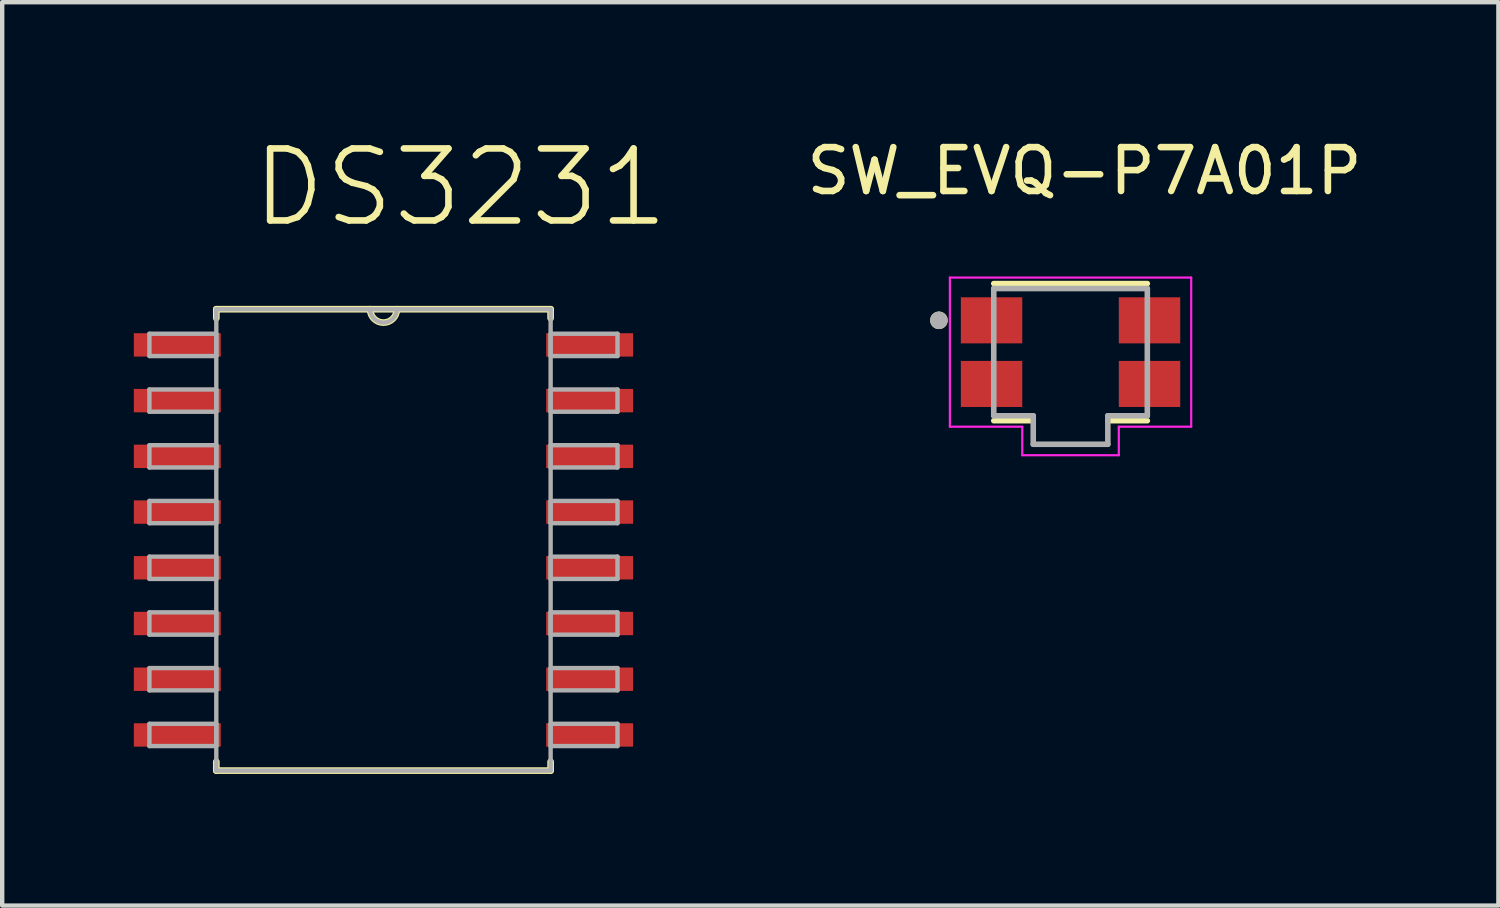
<source format=kicad_pcb>
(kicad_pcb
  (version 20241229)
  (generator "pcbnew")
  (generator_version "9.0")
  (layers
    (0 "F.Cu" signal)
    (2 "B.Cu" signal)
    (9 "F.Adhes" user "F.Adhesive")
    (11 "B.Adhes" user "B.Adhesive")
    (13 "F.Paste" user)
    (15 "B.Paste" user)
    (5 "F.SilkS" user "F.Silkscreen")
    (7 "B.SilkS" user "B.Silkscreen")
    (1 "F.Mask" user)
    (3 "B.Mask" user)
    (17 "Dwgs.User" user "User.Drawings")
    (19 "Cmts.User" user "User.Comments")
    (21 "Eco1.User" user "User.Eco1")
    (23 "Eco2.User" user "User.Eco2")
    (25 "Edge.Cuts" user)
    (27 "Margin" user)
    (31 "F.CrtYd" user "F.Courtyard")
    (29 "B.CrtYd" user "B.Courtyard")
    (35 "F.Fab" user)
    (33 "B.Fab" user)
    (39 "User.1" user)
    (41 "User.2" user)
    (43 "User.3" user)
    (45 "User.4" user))
  (footprint "SW_EVQ-P7A01P"
    (layer "F.Cu")
    (at 21.35 4.976)
    (property "Reference" "SW_EVQ-P7A01P" (at 0.318 -4.128 0) (layer "F.SilkS") (effects (font (size 1 1) (thickness 0.15))))
    (attr smd)
    (fp_line (start -1.75 -1.563) (end 1.75 -1.563) (stroke (width 0.127) (type solid)) (layer "F.SilkS"))
    (fp_line (start -0.85 1.563) (end -1.75 1.563) (stroke (width 0.127) (type solid)) (layer "F.SilkS"))
    (fp_line (start 1.75 1.563) (end 0.85 1.563) (stroke (width 0.127) (type solid)) (layer "F.SilkS"))
    (fp_circle (center -3 -0.725) (end -2.9 -0.725) (stroke (width 0.2) (type solid)) (fill no) (layer "F.SilkS"))
    (fp_line (start -2.75 -1.7) (end 2.75 -1.7) (stroke (width 0.05) (type solid)) (layer "F.CrtYd"))
    (fp_line (start -2.75 1.7) (end -2.75 -1.7) (stroke (width 0.05) (type solid)) (layer "F.CrtYd"))
    (fp_line (start -1.1 1.7) (end -2.75 1.7) (stroke (width 0.05) (type solid)) (layer "F.CrtYd"))
    (fp_line (start -1.1 2.35) (end -1.1 1.7) (stroke (width 0.05) (type solid)) (layer "F.CrtYd"))
    (fp_line (start 1.1 1.7) (end 1.1 2.35) (stroke (width 0.05) (type solid)) (layer "F.CrtYd"))
    (fp_line (start 1.1 2.35) (end -1.1 2.35) (stroke (width 0.05) (type solid)) (layer "F.CrtYd"))
    (fp_line (start 2.75 -1.7) (end 2.75 1.7) (stroke (width 0.05) (type solid)) (layer "F.CrtYd"))
    (fp_line (start 2.75 1.7) (end 1.1 1.7) (stroke (width 0.05) (type solid)) (layer "F.CrtYd"))
    (fp_line (start -1.75 -1.45) (end 1.75 -1.45) (stroke (width 0.127) (type solid)) (layer "F.Fab"))
    (fp_line (start -1.75 1.45) (end -1.75 -1.45) (stroke (width 0.127) (type solid)) (layer "F.Fab"))
    (fp_line (start -0.85 1.45) (end -1.75 1.45) (stroke (width 0.127) (type solid)) (layer "F.Fab"))
    (fp_line (start -0.85 2.1) (end -0.85 1.45) (stroke (width 0.127) (type solid)) (layer "F.Fab"))
    (fp_line (start 0.85 1.45) (end 0.85 2.1) (stroke (width 0.127) (type solid)) (layer "F.Fab"))
    (fp_line (start 0.85 2.1) (end -0.85 2.1) (stroke (width 0.127) (type solid)) (layer "F.Fab"))
    (fp_line (start 1.75 -1.45) (end 1.75 1.45) (stroke (width 0.127) (type solid)) (layer "F.Fab"))
    (fp_line (start 1.75 1.45) (end 0.85 1.45) (stroke (width 0.127) (type solid)) (layer "F.Fab"))
    (fp_circle (center -3 -0.725) (end -2.9 -0.725) (stroke (width 0.2) (type solid)) (fill no) (layer "F.Fab"))
    (pad "1_1" smd rect (at -1.8 -0.725) (size 1.4 1.05) (layers "F.Cu" "F.Mask" "F.Paste"))
    (pad "1_2" smd rect (at 1.8 -0.725) (size 1.4 1.05) (layers "F.Cu" "F.Mask" "F.Paste"))
    (pad "2_1" smd rect (at -1.8 0.725) (size 1.4 1.05) (layers "F.Cu" "F.Mask" "F.Paste"))
    (pad "2_2" smd rect (at 1.8 0.725) (size 1.4 1.05) (layers "F.Cu" "F.Mask" "F.Paste")))
  (footprint "DS3231"
    (layer "F.Cu")
    (at 5.69 9.256)
    (property "Reference" "DS3231" (at 1.754 -8.033 0) (layer "F.SilkS") (effects (font (size 1.641 1.641) (thickness 0.15))))
    (attr smd)
    (fp_line (start -3.81 -5.258) (end -3.81 -5.055) (stroke (width 0.152) (type solid)) (layer "F.SilkS"))
    (fp_line (start -3.81 5.055) (end -3.81 5.258) (stroke (width 0.152) (type solid)) (layer "F.SilkS"))
    (fp_line (start -3.81 5.258) (end 3.81 5.258) (stroke (width 0.152) (type solid)) (layer "F.SilkS"))
    (fp_line (start -0.305 -5.258) (end -3.81 -5.258) (stroke (width 0.152) (type solid)) (layer "F.SilkS"))
    (fp_line (start 0.305 -5.258) (end -0.305 -5.258) (stroke (width 0.152) (type solid)) (layer "F.SilkS"))
    (fp_line (start 3.81 -5.258) (end 0.305 -5.258) (stroke (width 0.152) (type solid)) (layer "F.SilkS"))
    (fp_line (start 3.81 -5.055) (end 3.81 -5.258) (stroke (width 0.152) (type solid)) (layer "F.SilkS"))
    (fp_line (start 3.81 5.258) (end 3.81 5.055) (stroke (width 0.152) (type solid)) (layer "F.SilkS"))
    (fp_arc (start 0.3048 -5.2578) (mid 0 -4.953) (end -0.3048 -5.2578) (stroke (width 0.1524) (type solid)) (layer "F.SilkS"))
    (fp_line (start -5.334 -4.699) (end -5.334 -4.191) (stroke (width 0.1) (type solid)) (layer "F.Fab"))
    (fp_line (start -5.334 -4.191) (end -3.81 -4.191) (stroke (width 0.1) (type solid)) (layer "F.Fab"))
    (fp_line (start -5.334 -3.429) (end -5.334 -2.921) (stroke (width 0.1) (type solid)) (layer "F.Fab"))
    (fp_line (start -5.334 -2.921) (end -3.81 -2.921) (stroke (width 0.1) (type solid)) (layer "F.Fab"))
    (fp_line (start -5.334 -2.159) (end -5.334 -1.651) (stroke (width 0.1) (type solid)) (layer "F.Fab"))
    (fp_line (start -5.334 -1.651) (end -3.81 -1.651) (stroke (width 0.1) (type solid)) (layer "F.Fab"))
    (fp_line (start -5.334 -0.889) (end -5.334 -0.381) (stroke (width 0.1) (type solid)) (layer "F.Fab"))
    (fp_line (start -5.334 -0.381) (end -3.81 -0.381) (stroke (width 0.1) (type solid)) (layer "F.Fab"))
    (fp_line (start -5.334 0.381) (end -5.334 0.889) (stroke (width 0.1) (type solid)) (layer "F.Fab"))
    (fp_line (start -5.334 0.889) (end -3.81 0.889) (stroke (width 0.1) (type solid)) (layer "F.Fab"))
    (fp_line (start -5.334 1.651) (end -5.334 2.159) (stroke (width 0.1) (type solid)) (layer "F.Fab"))
    (fp_line (start -5.334 2.159) (end -3.81 2.159) (stroke (width 0.1) (type solid)) (layer "F.Fab"))
    (fp_line (start -5.334 2.921) (end -5.334 3.429) (stroke (width 0.1) (type solid)) (layer "F.Fab"))
    (fp_line (start -5.334 3.429) (end -3.81 3.429) (stroke (width 0.1) (type solid)) (layer "F.Fab"))
    (fp_line (start -5.334 4.191) (end -5.334 4.699) (stroke (width 0.1) (type solid)) (layer "F.Fab"))
    (fp_line (start -5.334 4.699) (end -3.81 4.699) (stroke (width 0.1) (type solid)) (layer "F.Fab"))
    (fp_line (start -3.81 -5.258) (end -3.81 5.258) (stroke (width 0.1) (type solid)) (layer "F.Fab"))
    (fp_line (start -3.81 -4.699) (end -5.334 -4.699) (stroke (width 0.1) (type solid)) (layer "F.Fab"))
    (fp_line (start -3.81 -4.191) (end -3.81 -4.699) (stroke (width 0.1) (type solid)) (layer "F.Fab"))
    (fp_line (start -3.81 -3.429) (end -5.334 -3.429) (stroke (width 0.1) (type solid)) (layer "F.Fab"))
    (fp_line (start -3.81 -2.921) (end -3.81 -3.429) (stroke (width 0.1) (type solid)) (layer "F.Fab"))
    (fp_line (start -3.81 -2.159) (end -5.334 -2.159) (stroke (width 0.1) (type solid)) (layer "F.Fab"))
    (fp_line (start -3.81 -1.651) (end -3.81 -2.159) (stroke (width 0.1) (type solid)) (layer "F.Fab"))
    (fp_line (start -3.81 -0.889) (end -5.334 -0.889) (stroke (width 0.1) (type solid)) (layer "F.Fab"))
    (fp_line (start -3.81 -0.381) (end -3.81 -0.889) (stroke (width 0.1) (type solid)) (layer "F.Fab"))
    (fp_line (start -3.81 0.381) (end -5.334 0.381) (stroke (width 0.1) (type solid)) (layer "F.Fab"))
    (fp_line (start -3.81 0.889) (end -3.81 0.381) (stroke (width 0.1) (type solid)) (layer "F.Fab"))
    (fp_line (start -3.81 1.651) (end -5.334 1.651) (stroke (width 0.1) (type solid)) (layer "F.Fab"))
    (fp_line (start -3.81 2.159) (end -3.81 1.651) (stroke (width 0.1) (type solid)) (layer "F.Fab"))
    (fp_line (start -3.81 2.921) (end -5.334 2.921) (stroke (width 0.1) (type solid)) (layer "F.Fab"))
    (fp_line (start -3.81 3.429) (end -3.81 2.921) (stroke (width 0.1) (type solid)) (layer "F.Fab"))
    (fp_line (start -3.81 4.191) (end -5.334 4.191) (stroke (width 0.1) (type solid)) (layer "F.Fab"))
    (fp_line (start -3.81 4.699) (end -3.81 4.191) (stroke (width 0.1) (type solid)) (layer "F.Fab"))
    (fp_line (start -3.81 5.258) (end 3.81 5.258) (stroke (width 0.1) (type solid)) (layer "F.Fab"))
    (fp_line (start -0.305 -5.258) (end -3.81 -5.258) (stroke (width 0.1) (type solid)) (layer "F.Fab"))
    (fp_line (start 0.305 -5.258) (end -0.305 -5.258) (stroke (width 0.1) (type solid)) (layer "F.Fab"))
    (fp_line (start 3.81 -5.258) (end 0.305 -5.258) (stroke (width 0.1) (type solid)) (layer "F.Fab"))
    (fp_line (start 3.81 -4.699) (end 3.81 -4.191) (stroke (width 0.1) (type solid)) (layer "F.Fab"))
    (fp_line (start 3.81 -4.191) (end 5.334 -4.191) (stroke (width 0.1) (type solid)) (layer "F.Fab"))
    (fp_line (start 3.81 -3.429) (end 3.81 -2.921) (stroke (width 0.1) (type solid)) (layer "F.Fab"))
    (fp_line (start 3.81 -2.921) (end 5.334 -2.921) (stroke (width 0.1) (type solid)) (layer "F.Fab"))
    (fp_line (start 3.81 -2.159) (end 3.81 -1.651) (stroke (width 0.1) (type solid)) (layer "F.Fab"))
    (fp_line (start 3.81 -1.651) (end 5.334 -1.651) (stroke (width 0.1) (type solid)) (layer "F.Fab"))
    (fp_line (start 3.81 -0.889) (end 3.81 -0.381) (stroke (width 0.1) (type solid)) (layer "F.Fab"))
    (fp_line (start 3.81 -0.381) (end 5.334 -0.381) (stroke (width 0.1) (type solid)) (layer "F.Fab"))
    (fp_line (start 3.81 0.381) (end 3.81 0.889) (stroke (width 0.1) (type solid)) (layer "F.Fab"))
    (fp_line (start 3.81 0.889) (end 5.334 0.889) (stroke (width 0.1) (type solid)) (layer "F.Fab"))
    (fp_line (start 3.81 1.651) (end 3.81 2.159) (stroke (width 0.1) (type solid)) (layer "F.Fab"))
    (fp_line (start 3.81 2.159) (end 5.334 2.159) (stroke (width 0.1) (type solid)) (layer "F.Fab"))
    (fp_line (start 3.81 2.921) (end 3.81 3.429) (stroke (width 0.1) (type solid)) (layer "F.Fab"))
    (fp_line (start 3.81 3.429) (end 5.334 3.429) (stroke (width 0.1) (type solid)) (layer "F.Fab"))
    (fp_line (start 3.81 4.191) (end 3.81 4.699) (stroke (width 0.1) (type solid)) (layer "F.Fab"))
    (fp_line (start 3.81 4.699) (end 5.334 4.699) (stroke (width 0.1) (type solid)) (layer "F.Fab"))
    (fp_line (start 3.81 5.258) (end 3.81 -5.258) (stroke (width 0.1) (type solid)) (layer "F.Fab"))
    (fp_line (start 5.334 -4.699) (end 3.81 -4.699) (stroke (width 0.1) (type solid)) (layer "F.Fab"))
    (fp_line (start 5.334 -4.191) (end 5.334 -4.699) (stroke (width 0.1) (type solid)) (layer "F.Fab"))
    (fp_line (start 5.334 -3.429) (end 3.81 -3.429) (stroke (width 0.1) (type solid)) (layer "F.Fab"))
    (fp_line (start 5.334 -2.921) (end 5.334 -3.429) (stroke (width 0.1) (type solid)) (layer "F.Fab"))
    (fp_line (start 5.334 -2.159) (end 3.81 -2.159) (stroke (width 0.1) (type solid)) (layer "F.Fab"))
    (fp_line (start 5.334 -1.651) (end 5.334 -2.159) (stroke (width 0.1) (type solid)) (layer "F.Fab"))
    (fp_line (start 5.334 -0.889) (end 3.81 -0.889) (stroke (width 0.1) (type solid)) (layer "F.Fab"))
    (fp_line (start 5.334 -0.381) (end 5.334 -0.889) (stroke (width 0.1) (type solid)) (layer "F.Fab"))
    (fp_line (start 5.334 0.381) (end 3.81 0.381) (stroke (width 0.1) (type solid)) (layer "F.Fab"))
    (fp_line (start 5.334 0.889) (end 5.334 0.381) (stroke (width 0.1) (type solid)) (layer "F.Fab"))
    (fp_line (start 5.334 1.651) (end 3.81 1.651) (stroke (width 0.1) (type solid)) (layer "F.Fab"))
    (fp_line (start 5.334 2.159) (end 5.334 1.651) (stroke (width 0.1) (type solid)) (layer "F.Fab"))
    (fp_line (start 5.334 2.921) (end 3.81 2.921) (stroke (width 0.1) (type solid)) (layer "F.Fab"))
    (fp_line (start 5.334 3.429) (end 5.334 2.921) (stroke (width 0.1) (type solid)) (layer "F.Fab"))
    (fp_line (start 5.334 4.191) (end 3.81 4.191) (stroke (width 0.1) (type solid)) (layer "F.Fab"))
    (fp_line (start 5.334 4.699) (end 5.334 4.191) (stroke (width 0.1) (type solid)) (layer "F.Fab"))
    (fp_arc (start 0.3048 -5.2578) (mid 0 -4.953) (end -0.3048 -5.2578) (stroke (width 0.1) (type solid)) (layer "F.Fab"))
    (pad "1" smd rect (at -4.699 -4.445) (size 1.981 0.533) (layers "F.Cu" "F.Mask" "F.Paste"))
    (pad "2" smd rect (at -4.699 -3.175) (size 1.981 0.533) (layers "F.Cu" "F.Mask" "F.Paste"))
    (pad "3" smd rect (at -4.699 -1.905) (size 1.981 0.533) (layers "F.Cu" "F.Mask" "F.Paste"))
    (pad "4" smd rect (at -4.699 -0.635) (size 1.981 0.533) (layers "F.Cu" "F.Mask" "F.Paste"))
    (pad "5" smd rect (at -4.699 0.635) (size 1.981 0.533) (layers "F.Cu" "F.Mask" "F.Paste"))
    (pad "6" smd rect (at -4.699 1.905) (size 1.981 0.533) (layers "F.Cu" "F.Mask" "F.Paste"))
    (pad "7" smd rect (at -4.699 3.175) (size 1.981 0.533) (layers "F.Cu" "F.Mask" "F.Paste"))
    (pad "8" smd rect (at -4.699 4.445) (size 1.981 0.533) (layers "F.Cu" "F.Mask" "F.Paste"))
    (pad "9" smd rect (at 4.699 4.445) (size 1.981 0.533) (layers "F.Cu" "F.Mask" "F.Paste"))
    (pad "10" smd rect (at 4.699 3.175) (size 1.981 0.533) (layers "F.Cu" "F.Mask" "F.Paste"))
    (pad "11" smd rect (at 4.699 1.905) (size 1.981 0.533) (layers "F.Cu" "F.Mask" "F.Paste"))
    (pad "12" smd rect (at 4.699 0.635) (size 1.981 0.533) (layers "F.Cu" "F.Mask" "F.Paste"))
    (pad "13" smd rect (at 4.699 -0.635) (size 1.981 0.533) (layers "F.Cu" "F.Mask" "F.Paste"))
    (pad "14" smd rect (at 4.699 -1.905) (size 1.981 0.533) (layers "F.Cu" "F.Mask" "F.Paste"))
    (pad "15" smd rect (at 4.699 -3.175) (size 1.981 0.533) (layers "F.Cu" "F.Mask" "F.Paste"))
    (pad "16" smd rect (at 4.699 -4.445) (size 1.981 0.533) (layers "F.Cu" "F.Mask" "F.Paste")))
  (gr_rect
    (start -3 -3)
    (end 31.102 17.59)
    (stroke (width 0.1) (type default))
    (fill no)
    (layer "Edge.Cuts")))
</source>
